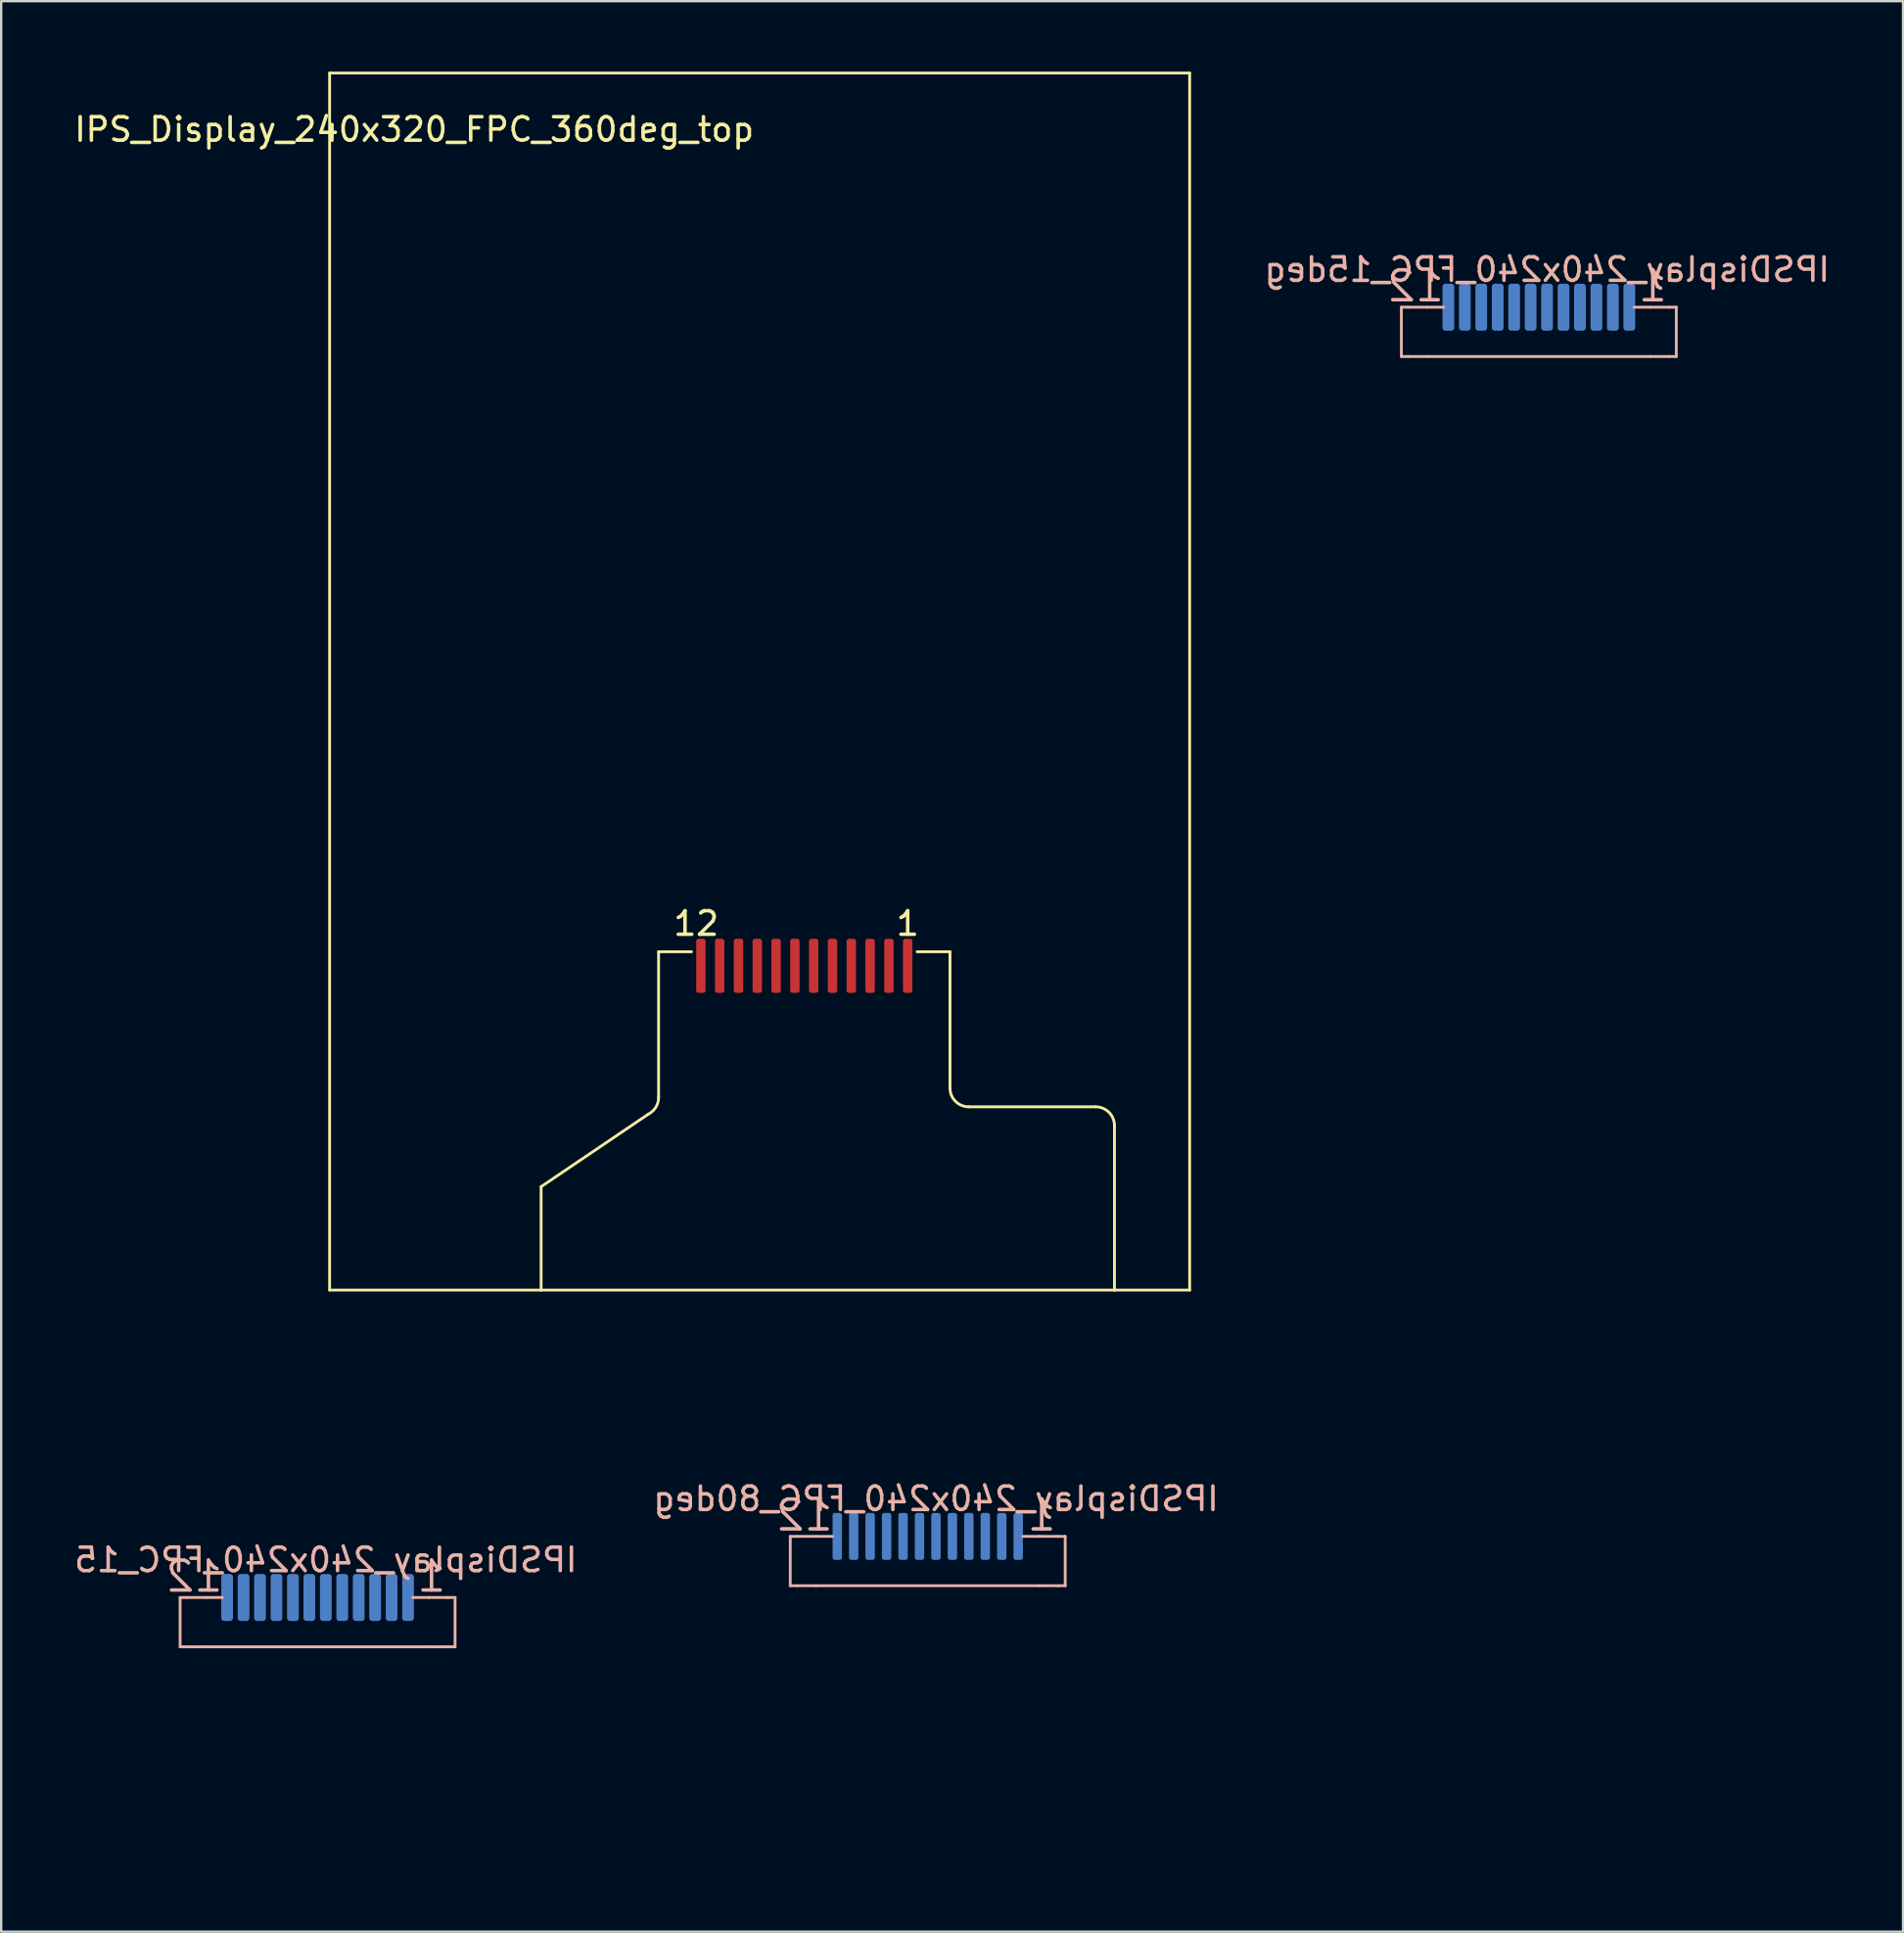
<source format=kicad_pcb>
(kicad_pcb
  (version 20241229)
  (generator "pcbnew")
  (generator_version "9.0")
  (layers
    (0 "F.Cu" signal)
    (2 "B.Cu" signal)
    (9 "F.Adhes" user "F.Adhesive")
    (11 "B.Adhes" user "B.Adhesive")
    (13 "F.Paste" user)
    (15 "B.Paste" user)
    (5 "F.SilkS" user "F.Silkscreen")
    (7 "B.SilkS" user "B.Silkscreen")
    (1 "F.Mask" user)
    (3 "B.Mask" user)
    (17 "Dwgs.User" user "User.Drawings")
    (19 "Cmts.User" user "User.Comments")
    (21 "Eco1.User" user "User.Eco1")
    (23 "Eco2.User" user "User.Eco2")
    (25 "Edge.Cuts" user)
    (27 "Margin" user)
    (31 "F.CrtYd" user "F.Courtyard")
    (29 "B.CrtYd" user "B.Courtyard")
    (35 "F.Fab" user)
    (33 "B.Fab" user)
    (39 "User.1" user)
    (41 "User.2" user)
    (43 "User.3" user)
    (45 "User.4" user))
  (footprint "IPSDisplay_240x240_FPC_15deg"
    (layer "F.Cu")
    (at 59.486 10.025)
    (property "Reference" "IPSDisplay_240x240_FPC_15deg" (at 3.3 -1.6 0) (layer "B.SilkS") (effects (font (size 1 1) (thickness 0.15)) (justify mirror)))
    (attr exclude_from_pos_files exclude_from_bom)
    (fp_line (start -2.9 0) (end -2.9 2.1) (stroke (width 0.12) (type solid)) (layer "B.SilkS"))
    (fp_line (start -2.9 2.1) (end -2.6 2.1) (stroke (width 0.12) (type solid)) (layer "B.SilkS"))
    (fp_line (start -2.6 0) (end -2.9 0) (stroke (width 0.12) (type solid)) (layer "B.SilkS"))
    (fp_line (start -2.6 2.1) (end -1.8 2.1) (stroke (width 0.12) (type solid)) (layer "B.SilkS"))
    (fp_line (start -1.8 0) (end -2.6 0) (stroke (width 0.12) (type solid)) (layer "B.SilkS"))
    (fp_line (start -1.8 2.1) (end 7.7 2.1) (stroke (width 0.12) (type solid)) (layer "B.SilkS"))
    (fp_line (start -1.1 0) (end -1.8 0) (stroke (width 0.12) (type solid)) (layer "B.SilkS"))
    (fp_line (start 7.7 0) (end 7 0) (stroke (width 0.12) (type solid)) (layer "B.SilkS"))
    (fp_line (start 7.7 0) (end 8.5 0) (stroke (width 0.12) (type solid)) (layer "B.SilkS"))
    (fp_line (start 8.5 0) (end 8.8 0) (stroke (width 0.12) (type solid)) (layer "B.SilkS"))
    (fp_line (start 8.5 2.1) (end 7.7 2.1) (stroke (width 0.12) (type solid)) (layer "B.SilkS"))
    (fp_line (start 8.8 0) (end 8.8 2.1) (stroke (width 0.12) (type solid)) (layer "B.SilkS"))
    (fp_line (start 8.8 2.1) (end 8.5 2.1) (stroke (width 0.12) (type solid)) (layer "B.SilkS"))
    (fp_line (start 0 -10) (end 0 4) (stroke (width 0.05) (type solid)) (layer "Eco1.User"))
    (fp_text user "1" (at 7.8 -0.9 0) (layer "B.SilkS") (effects (font (size 1.27 1.27) (thickness 0.15)) (justify mirror)))
    (fp_text user "12" (at -2.3 -0.9 0) (layer "B.SilkS") (effects (font (size 1.27 1.27) (thickness 0.15)) (justify mirror)))
    (fp_text user "Display Center" (at -0.5 -2.9 90) (layer "Eco1.User") (effects (font (size 0.5 0.5) (thickness 0.05)) (justify left)))
    (pad "1" smd roundrect (at 6.8 0) (size 0.5 2) (layers "B.Cu" "B.Mask" "B.Paste") (roundrect_rratio 0.25))
    (pad "2" smd roundrect (at 6.1 0) (size 0.5 2) (layers "B.Cu" "B.Mask" "B.Paste") (roundrect_rratio 0.25))
    (pad "3" smd roundrect (at 5.4 0) (size 0.5 2) (layers "B.Cu" "B.Mask" "B.Paste") (roundrect_rratio 0.25))
    (pad "4" smd roundrect (at 4.7 0) (size 0.5 2) (layers "B.Cu" "B.Mask" "B.Paste") (roundrect_rratio 0.25))
    (pad "5" smd roundrect (at 4 0) (size 0.5 2) (layers "B.Cu" "B.Mask" "B.Paste") (roundrect_rratio 0.25))
    (pad "6" smd roundrect (at 3.3 0) (size 0.5 2) (layers "B.Cu" "B.Mask" "B.Paste") (roundrect_rratio 0.25))
    (pad "7" smd roundrect (at 2.6 0) (size 0.5 2) (layers "B.Cu" "B.Mask" "B.Paste") (roundrect_rratio 0.25))
    (pad "8" smd roundrect (at 1.9 0) (size 0.5 2) (layers "B.Cu" "B.Mask" "B.Paste") (roundrect_rratio 0.25))
    (pad "9" smd roundrect (at 1.2 0) (size 0.5 2) (layers "B.Cu" "B.Mask" "B.Paste") (roundrect_rratio 0.25))
    (pad "10" smd roundrect (at 0.5 0) (size 0.5 2) (layers "B.Cu" "B.Mask" "B.Paste") (roundrect_rratio 0.25))
    (pad "11" smd roundrect (at -0.2 0) (size 0.5 2) (layers "B.Cu" "B.Mask" "B.Paste") (roundrect_rratio 0.25))
    (pad "12" smd roundrect (at -0.9 0) (size 0.5 2) (layers "B.Cu" "B.Mask" "B.Paste") (roundrect_rratio 0.25)))
  (footprint "IPSDisplay_240x240_FPC_15"
    (layer "F.Cu")
    (at 14.315 64.945)
    (property "Reference" "IPSDisplay_240x240_FPC_15" (at -3.5 -1.6 0) (layer "B.SilkS") (effects (font (size 1 1) (thickness 0.15)) (justify mirror)))
    (attr exclude_from_pos_files exclude_from_bom)
    (fp_line (start -9.7 0) (end -9.7 2.1) (stroke (width 0.12) (type solid)) (layer "B.SilkS"))
    (fp_line (start -9.7 2.1) (end -9.4 2.1) (stroke (width 0.12) (type solid)) (layer "B.SilkS"))
    (fp_line (start -9.4 0) (end -9.7 0) (stroke (width 0.12) (type solid)) (layer "B.SilkS"))
    (fp_line (start -9.4 2.1) (end -8.6 2.1) (stroke (width 0.12) (type solid)) (layer "B.SilkS"))
    (fp_line (start -8.6 0) (end -9.4 0) (stroke (width 0.12) (type solid)) (layer "B.SilkS"))
    (fp_line (start -8.6 2.1) (end 0.9 2.1) (stroke (width 0.12) (type solid)) (layer "B.SilkS"))
    (fp_line (start -7.9 0) (end -8.6 0) (stroke (width 0.12) (type solid)) (layer "B.SilkS"))
    (fp_line (start 0.9 0) (end 0.2 0) (stroke (width 0.12) (type solid)) (layer "B.SilkS"))
    (fp_line (start 0.9 0) (end 1.7 0) (stroke (width 0.12) (type solid)) (layer "B.SilkS"))
    (fp_line (start 1.7 0) (end 2 0) (stroke (width 0.12) (type solid)) (layer "B.SilkS"))
    (fp_line (start 1.7 2.1) (end 0.9 2.1) (stroke (width 0.12) (type solid)) (layer "B.SilkS"))
    (fp_line (start 2 0) (end 2 2.1) (stroke (width 0.12) (type solid)) (layer "B.SilkS"))
    (fp_line (start 2 2.1) (end 1.7 2.1) (stroke (width 0.12) (type solid)) (layer "B.SilkS"))
    (fp_line (start -6.8 -10) (end -6.8 11.2) (stroke (width 0.05) (type solid)) (layer "Eco1.User"))
    (fp_text user "1" (at 1 -0.9 0) (layer "B.SilkS") (effects (font (size 1.27 1.27) (thickness 0.15)) (justify mirror)))
    (fp_text user "12" (at -9.1 -0.9 0) (layer "B.SilkS") (effects (font (size 1.27 1.27) (thickness 0.15)) (justify mirror)))
    (fp_text user "Display Center" (at -7.2 11.2 90) (layer "Eco1.User") (effects (font (size 0.5 0.5) (thickness 0.05)) (justify left)))
    (pad "1" smd roundrect (at 0 0) (size 0.5 2) (layers "B.Cu" "B.Mask" "B.Paste") (roundrect_rratio 0.25))
    (pad "2" smd roundrect (at -0.7 0) (size 0.5 2) (layers "B.Cu" "B.Mask" "B.Paste") (roundrect_rratio 0.25))
    (pad "3" smd roundrect (at -1.4 0) (size 0.5 2) (layers "B.Cu" "B.Mask" "B.Paste") (roundrect_rratio 0.25))
    (pad "4" smd roundrect (at -2.1 0) (size 0.5 2) (layers "B.Cu" "B.Mask" "B.Paste") (roundrect_rratio 0.25))
    (pad "5" smd roundrect (at -2.8 0) (size 0.5 2) (layers "B.Cu" "B.Mask" "B.Paste") (roundrect_rratio 0.25))
    (pad "6" smd roundrect (at -3.5 0) (size 0.5 2) (layers "B.Cu" "B.Mask" "B.Paste") (roundrect_rratio 0.25))
    (pad "7" smd roundrect (at -4.2 0) (size 0.5 2) (layers "B.Cu" "B.Mask" "B.Paste") (roundrect_rratio 0.25))
    (pad "8" smd roundrect (at -4.9 0) (size 0.5 2) (layers "B.Cu" "B.Mask" "B.Paste") (roundrect_rratio 0.25))
    (pad "9" smd roundrect (at -5.6 0) (size 0.5 2) (layers "B.Cu" "B.Mask" "B.Paste") (roundrect_rratio 0.25))
    (pad "10" smd roundrect (at -6.3 0) (size 0.5 2) (layers "B.Cu" "B.Mask" "B.Paste") (roundrect_rratio 0.25))
    (pad "11" smd roundrect (at -7 0) (size 0.5 2) (layers "B.Cu" "B.Mask" "B.Paste") (roundrect_rratio 0.25))
    (pad "12" smd roundrect (at -7.7 0) (size 0.5 2) (layers "B.Cu" "B.Mask" "B.Paste") (roundrect_rratio 0.25)))
  (footprint "IPS_Display_240x320_FPC_360deg_top"
    (layer "F.Cu")
    (at 35.577 38.06)
    (property "Reference" "IPS_Display_240x320_FPC_360deg_top" (at -21 -35.6 0) (layer "F.SilkS") (effects (font (size 1 1) (thickness 0.15))))
    (attr exclude_from_pos_files exclude_from_bom)
    (fp_line (start -24.6 -38) (end 12 -38) (stroke (width 0.12) (type solid)) (layer "F.SilkS"))
    (fp_line (start -24.6 13.8) (end -24.6 -38) (stroke (width 0.12) (type solid)) (layer "F.SilkS"))
    (fp_line (start -15.6 13.8) (end -24.6 13.8) (stroke (width 0.12) (type solid)) (layer "F.SilkS"))
    (fp_line (start -15.6 13.8) (end -15.6 9.4) (stroke (width 0.12) (type solid)) (layer "F.SilkS"))
    (fp_line (start -11.042 6.316) (end -15.6 9.4) (stroke (width 0.12) (type solid)) (layer "F.SilkS"))
    (fp_line (start -10.6 -0.6) (end -10.6 5.6) (stroke (width 0.12) (type solid)) (layer "F.SilkS"))
    (fp_line (start -9.2 -0.6) (end -10.6 -0.6) (stroke (width 0.12) (type solid)) (layer "F.SilkS"))
    (fp_line (start 1.8 -0.6) (end 0.4 -0.6) (stroke (width 0.12) (type solid)) (layer "F.SilkS"))
    (fp_line (start 1.8 -0.6) (end 1.8 5.2) (stroke (width 0.12) (type solid)) (layer "F.SilkS"))
    (fp_line (start 2.6 6) (end 8 6) (stroke (width 0.12) (type solid)) (layer "F.SilkS"))
    (fp_line (start 8.8 13.8) (end -15.6 13.8) (stroke (width 0.12) (type solid)) (layer "F.SilkS"))
    (fp_line (start 8.8 13.8) (end 8.8 6.8) (stroke (width 0.12) (type solid)) (layer "F.SilkS"))
    (fp_line (start 8.8 13.8) (end 12 13.8) (stroke (width 0.12) (type solid)) (layer "F.SilkS"))
    (fp_line (start 12 13.8) (end 12 -38) (stroke (width 0.12) (type solid)) (layer "F.SilkS"))
    (fp_arc (start -10.6 5.6) (mid -10.719351 6.020377) (end -11.041793 6.315323) (stroke (width 0.12) (type solid)) (layer "F.SilkS"))
    (fp_arc (start 2.6 6) (mid 2.034315 5.765685) (end 1.8 5.2) (stroke (width 0.12) (type solid)) (layer "F.SilkS"))
    (fp_arc (start 8 6) (mid 8.565685 6.234315) (end 8.8 6.8) (stroke (width 0.12) (type solid)) (layer "F.SilkS"))
    (fp_text user "12" (at -9 -1.8 0) (layer "F.SilkS") (effects (font (size 1 1) (thickness 0.15))))
    (fp_text user "1" (at 0 -1.8 0) (layer "F.SilkS") (effects (font (size 1 1) (thickness 0.15))))
    (pad "1" smd roundrect (at 0 0) (size 0.4 2.3) (layers "F.Cu" "F.Mask" "F.Paste") (roundrect_rratio 0.25))
    (pad "2" smd roundrect (at -0.8 0) (size 0.4 2.3) (layers "F.Cu" "F.Mask" "F.Paste") (roundrect_rratio 0.25))
    (pad "3" smd roundrect (at -1.6 0) (size 0.4 2.3) (layers "F.Cu" "F.Mask" "F.Paste") (roundrect_rratio 0.25))
    (pad "4" smd roundrect (at -2.4 0) (size 0.4 2.3) (layers "F.Cu" "F.Mask" "F.Paste") (roundrect_rratio 0.25))
    (pad "5" smd roundrect (at -3.2 0) (size 0.4 2.3) (layers "F.Cu" "F.Mask" "F.Paste") (roundrect_rratio 0.25))
    (pad "6" smd roundrect (at -4 0) (size 0.4 2.3) (layers "F.Cu" "F.Mask" "F.Paste") (roundrect_rratio 0.25))
    (pad "7" smd roundrect (at -4.8 0) (size 0.4 2.3) (layers "F.Cu" "F.Mask" "F.Paste") (roundrect_rratio 0.25))
    (pad "8" smd roundrect (at -5.6 0) (size 0.4 2.3) (layers "F.Cu" "F.Mask" "F.Paste") (roundrect_rratio 0.25))
    (pad "9" smd roundrect (at -6.4 0) (size 0.4 2.3) (layers "F.Cu" "F.Mask" "F.Paste") (roundrect_rratio 0.25))
    (pad "10" smd roundrect (at -7.2 0) (size 0.4 2.3) (layers "F.Cu" "F.Mask" "F.Paste") (roundrect_rratio 0.25))
    (pad "11" smd roundrect (at -8 0) (size 0.4 2.3) (layers "F.Cu" "F.Mask" "F.Paste") (roundrect_rratio 0.25))
    (pad "12" smd roundrect (at -8.8 0) (size 0.4 2.3) (layers "F.Cu" "F.Mask" "F.Paste") (roundrect_rratio 0.25)))
  (footprint "IPSDisplay_240x240_FPC_80deg"
    (layer "F.Cu")
    (at 33.48 62.345)
    (property "Reference" "IPSDisplay_240x240_FPC_80deg" (at 3.3 -1.6 0) (layer "B.SilkS") (effects (font (size 1 1) (thickness 0.15)) (justify mirror)))
    (attr exclude_from_pos_files exclude_from_bom)
    (fp_line (start -2.9 0) (end -2.9 2.1) (stroke (width 0.12) (type solid)) (layer "B.SilkS"))
    (fp_line (start -2.9 2.1) (end -2.6 2.1) (stroke (width 0.12) (type solid)) (layer "B.SilkS"))
    (fp_line (start -2.6 0) (end -2.9 0) (stroke (width 0.12) (type solid)) (layer "B.SilkS"))
    (fp_line (start -2.6 2.1) (end -1.8 2.1) (stroke (width 0.12) (type solid)) (layer "B.SilkS"))
    (fp_line (start -1.8 0) (end -2.6 0) (stroke (width 0.12) (type solid)) (layer "B.SilkS"))
    (fp_line (start -1.8 2.1) (end 7.7 2.1) (stroke (width 0.12) (type solid)) (layer "B.SilkS"))
    (fp_line (start -1.1 0) (end -1.8 0) (stroke (width 0.12) (type solid)) (layer "B.SilkS"))
    (fp_line (start 7.7 0) (end 7 0) (stroke (width 0.12) (type solid)) (layer "B.SilkS"))
    (fp_line (start 7.7 0) (end 8.5 0) (stroke (width 0.12) (type solid)) (layer "B.SilkS"))
    (fp_line (start 8.5 0) (end 8.8 0) (stroke (width 0.12) (type solid)) (layer "B.SilkS"))
    (fp_line (start 8.5 2.1) (end 7.7 2.1) (stroke (width 0.12) (type solid)) (layer "B.SilkS"))
    (fp_line (start 8.8 0) (end 8.8 2.1) (stroke (width 0.12) (type solid)) (layer "B.SilkS"))
    (fp_line (start 8.8 2.1) (end 8.5 2.1) (stroke (width 0.12) (type solid)) (layer "B.SilkS"))
    (fp_line (start 0 -7.4) (end 0 9.5) (stroke (width 0.05) (type solid)) (layer "Eco1.User"))
    (fp_text user "1" (at 7.8 -0.9 0) (layer "B.SilkS") (effects (font (size 1.27 1.27) (thickness 0.15)) (justify mirror)))
    (fp_text user "12" (at -2.3 -0.9 0) (layer "B.SilkS") (effects (font (size 1.27 1.27) (thickness 0.15)) (justify mirror)))
    (fp_text user "Display Center" (at -0.4 -1.8 90) (layer "Eco1.User") (effects (font (size 0.5 0.5) (thickness 0.05)) (justify left)))
    (pad "1" smd roundrect (at 6.8 0) (size 0.4 2) (layers "B.Cu" "B.Mask" "B.Paste") (roundrect_rratio 0.25))
    (pad "2" smd roundrect (at 6.1 0) (size 0.4 2) (layers "B.Cu" "B.Mask" "B.Paste") (roundrect_rratio 0.25))
    (pad "3" smd roundrect (at 5.4 0) (size 0.4 2) (layers "B.Cu" "B.Mask" "B.Paste") (roundrect_rratio 0.25))
    (pad "4" smd roundrect (at 4.7 0) (size 0.4 2) (layers "B.Cu" "B.Mask" "B.Paste") (roundrect_rratio 0.25))
    (pad "5" smd roundrect (at 4 0) (size 0.4 2) (layers "B.Cu" "B.Mask" "B.Paste") (roundrect_rratio 0.25))
    (pad "6" smd roundrect (at 3.3 0) (size 0.4 2) (layers "B.Cu" "B.Mask" "B.Paste") (roundrect_rratio 0.25))
    (pad "7" smd roundrect (at 2.6 0) (size 0.4 2) (layers "B.Cu" "B.Mask" "B.Paste") (roundrect_rratio 0.25))
    (pad "8" smd roundrect (at 1.9 0) (size 0.4 2) (layers "B.Cu" "B.Mask" "B.Paste") (roundrect_rratio 0.25))
    (pad "9" smd roundrect (at 1.2 0) (size 0.4 2) (layers "B.Cu" "B.Mask" "B.Paste") (roundrect_rratio 0.25))
    (pad "10" smd roundrect (at 0.5 0) (size 0.4 2) (layers "B.Cu" "B.Mask" "B.Paste") (roundrect_rratio 0.25))
    (pad "11" smd roundrect (at -0.2 0) (size 0.4 2) (layers "B.Cu" "B.Mask" "B.Paste") (roundrect_rratio 0.25))
    (pad "12" smd roundrect (at -0.9 0) (size 0.4 2) (layers "B.Cu" "B.Mask" "B.Paste") (roundrect_rratio 0.25)))
  (gr_rect
    (start -3 -3)
    (end 77.935 79.17)
    (stroke (width 0.1) (type default))
    (fill no)
    (layer "Edge.Cuts")))
</source>
